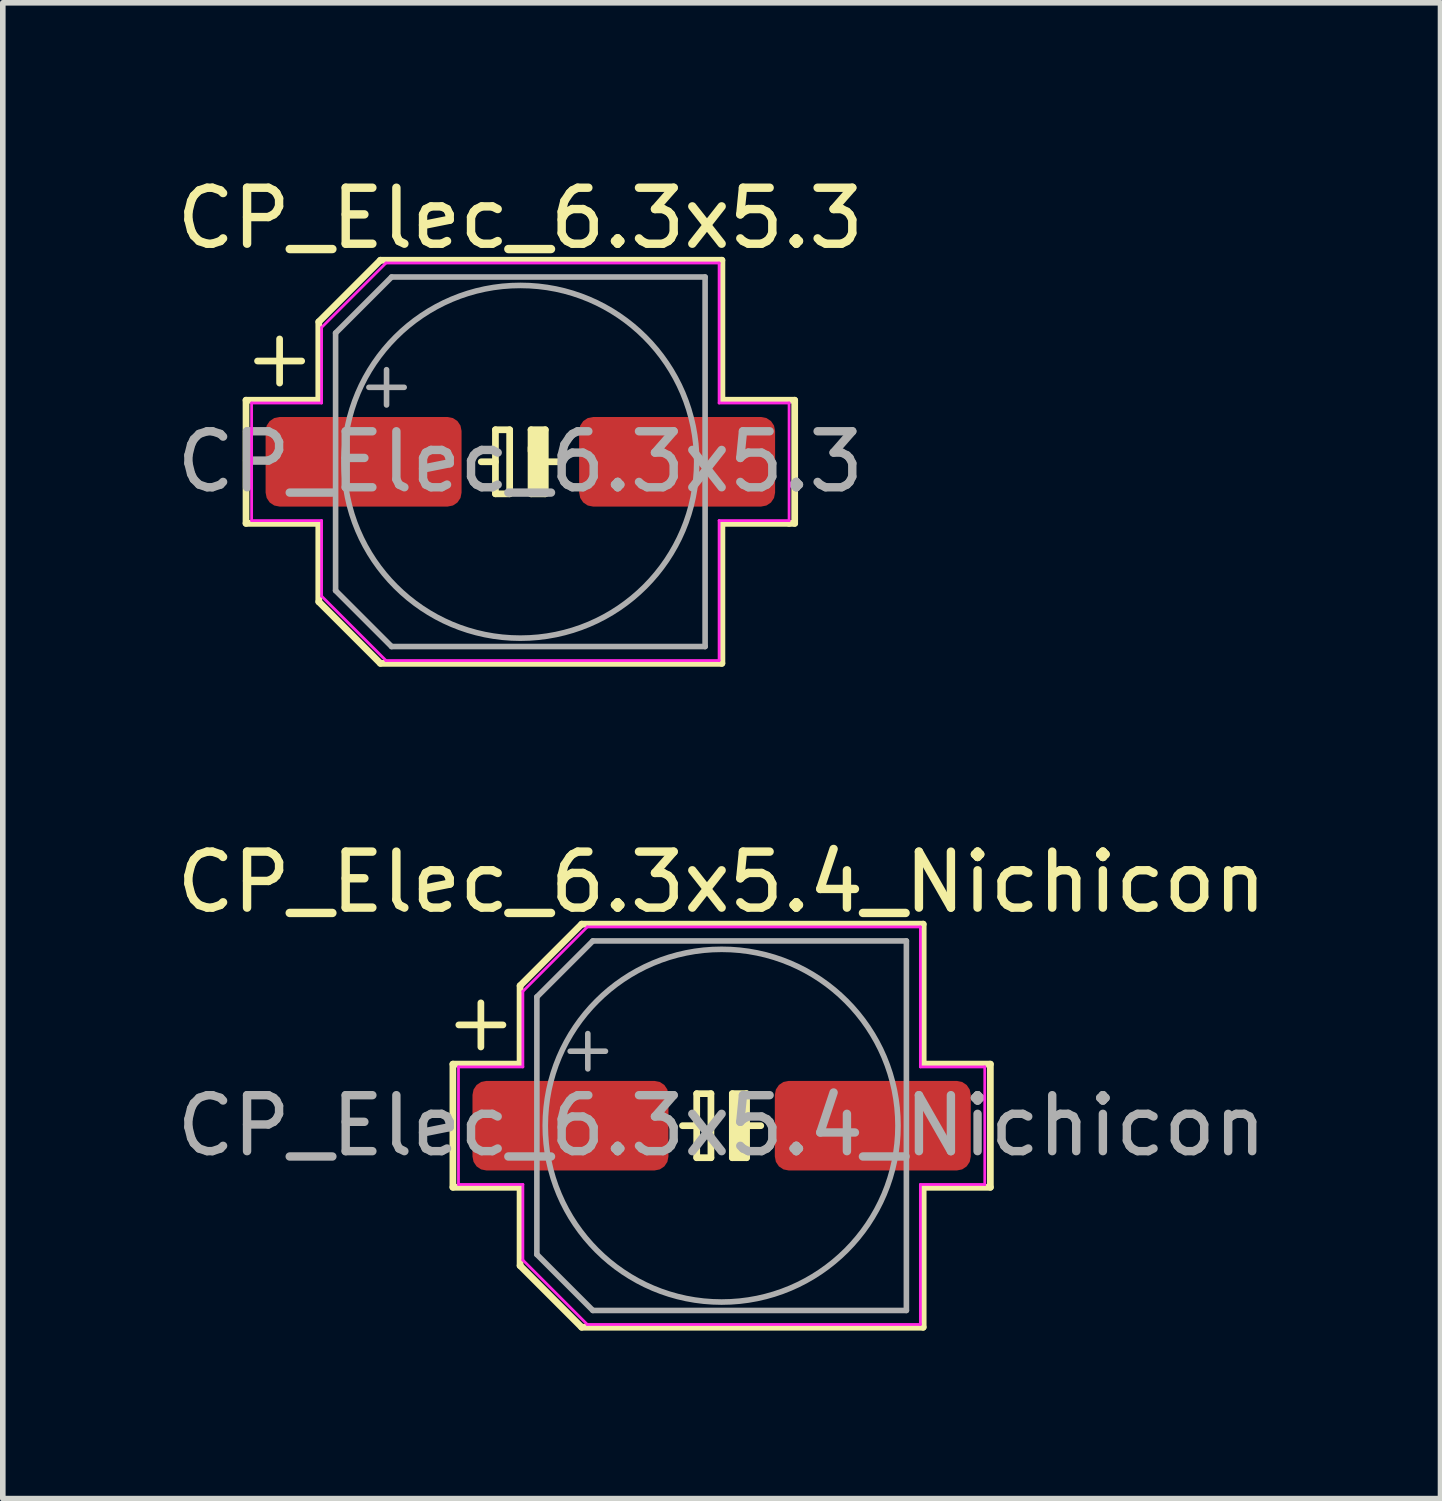
<source format=kicad_pcb>
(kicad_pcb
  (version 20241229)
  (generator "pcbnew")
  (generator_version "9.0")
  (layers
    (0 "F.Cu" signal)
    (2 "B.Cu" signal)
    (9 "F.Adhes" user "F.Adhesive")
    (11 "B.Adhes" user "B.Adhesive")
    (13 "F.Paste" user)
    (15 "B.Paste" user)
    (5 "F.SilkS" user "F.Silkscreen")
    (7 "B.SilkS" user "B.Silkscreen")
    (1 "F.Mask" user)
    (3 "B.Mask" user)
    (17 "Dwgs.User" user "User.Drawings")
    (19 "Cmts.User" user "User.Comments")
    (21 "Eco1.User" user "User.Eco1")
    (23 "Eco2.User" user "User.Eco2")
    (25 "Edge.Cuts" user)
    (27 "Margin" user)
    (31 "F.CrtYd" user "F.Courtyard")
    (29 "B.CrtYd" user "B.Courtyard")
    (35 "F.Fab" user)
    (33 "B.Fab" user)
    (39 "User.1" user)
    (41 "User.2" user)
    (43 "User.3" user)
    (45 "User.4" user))
  (footprint "CP_Elec_6.3x5.4_Nichicon"
    (layer "F.Cu")
    (at 9.839 17.056)
    (property "Reference" "CP_Elec_6.3x5.4_Nichicon" (at 0 -4.35 0) (layer "F.SilkS") (effects (font (size 1 1) (thickness 0.15))))
    (attr smd)
    (fp_line (start -4.8 -1.1) (end -4.8 1.1) (stroke (width 0.12) (type solid)) (layer "F.SilkS"))
    (fp_line (start -4.8 1.1) (end -3.6 1.1) (stroke (width 0.12) (type solid)) (layer "F.SilkS"))
    (fp_line (start -4.694 -1.8) (end -3.906 -1.8) (stroke (width 0.12) (type solid)) (layer "F.SilkS"))
    (fp_line (start -4.3 -2.194) (end -4.3 -1.406) (stroke (width 0.12) (type solid)) (layer "F.SilkS"))
    (fp_line (start -3.6 -2.5) (end -3.6 -1.1) (stroke (width 0.12) (type solid)) (layer "F.SilkS"))
    (fp_line (start -3.6 -1.1) (end -4.8 -1.1) (stroke (width 0.12) (type solid)) (layer "F.SilkS"))
    (fp_line (start -3.6 1.1) (end -3.6 2.5) (stroke (width 0.12) (type solid)) (layer "F.SilkS"))
    (fp_line (start -3.6 2.5) (end -2.5 3.6) (stroke (width 0.12) (type solid)) (layer "F.SilkS"))
    (fp_line (start -2.5 -3.6) (end -3.6 -2.5) (stroke (width 0.12) (type solid)) (layer "F.SilkS"))
    (fp_line (start -2.5 3.6) (end 3.6 3.6) (stroke (width 0.12) (type solid)) (layer "F.SilkS"))
    (fp_line (start -0.445 -0.572) (end -0.191 -0.572) (stroke (width 0.12) (type solid)) (layer "F.SilkS"))
    (fp_line (start -0.445 0) (end -0.699 0) (stroke (width 0.12) (type solid)) (layer "F.SilkS"))
    (fp_line (start -0.445 0.572) (end -0.445 -0.572) (stroke (width 0.12) (type solid)) (layer "F.SilkS"))
    (fp_line (start -0.191 -0.572) (end -0.191 0.572) (stroke (width 0.12) (type solid)) (layer "F.SilkS"))
    (fp_line (start -0.191 0.572) (end -0.445 0.572) (stroke (width 0.12) (type solid)) (layer "F.SilkS"))
    (fp_line (start 0.191 -0.572) (end 0.191 -0.191) (stroke (width 0.12) (type solid)) (layer "F.SilkS"))
    (fp_line (start 0.191 -0.572) (end 0.445 -0.572) (stroke (width 0.12) (type solid)) (layer "F.SilkS"))
    (fp_line (start 0.191 -0.254) (end 0.191 0.572) (stroke (width 0.12) (type solid)) (layer "F.SilkS"))
    (fp_line (start 0.445 0) (end 0.699 0) (stroke (width 0.12) (type solid)) (layer "F.SilkS"))
    (fp_line (start 0.445 0.572) (end 0.191 0.572) (stroke (width 0.12) (type solid)) (layer "F.SilkS"))
    (fp_line (start 0.445 0.572) (end 0.445 -0.572) (stroke (width 0.12) (type solid)) (layer "F.SilkS"))
    (fp_line (start 3.6 -3.6) (end -2.5 -3.6) (stroke (width 0.12) (type solid)) (layer "F.SilkS"))
    (fp_line (start 3.6 -1.1) (end 3.6 -3.6) (stroke (width 0.12) (type solid)) (layer "F.SilkS"))
    (fp_line (start 3.6 1.1) (end 4.8 1.1) (stroke (width 0.12) (type solid)) (layer "F.SilkS"))
    (fp_line (start 3.6 3.6) (end 3.6 1.1) (stroke (width 0.12) (type solid)) (layer "F.SilkS"))
    (fp_line (start 4.8 -1.1) (end 3.6 -1.1) (stroke (width 0.12) (type solid)) (layer "F.SilkS"))
    (fp_line (start 4.8 1.1) (end 4.8 -1.1) (stroke (width 0.12) (type solid)) (layer "F.SilkS"))
    (fp_poly (pts (xy 0.445 0.572) (xy 0.191 0.572) (xy 0.191 -0.572) (xy 0.445 -0.572)) (stroke (width 0.1) (type solid)) (fill yes) (layer "F.SilkS"))
    (fp_line (start -4.7 -1.05) (end -4.7 1.05) (stroke (width 0.05) (type solid)) (layer "F.CrtYd"))
    (fp_line (start -4.7 1.05) (end -3.55 1.05) (stroke (width 0.05) (type solid)) (layer "F.CrtYd"))
    (fp_line (start -3.55 -2.4) (end -3.55 -1.05) (stroke (width 0.05) (type solid)) (layer "F.CrtYd"))
    (fp_line (start -3.55 -2.4) (end -2.4 -3.55) (stroke (width 0.05) (type solid)) (layer "F.CrtYd"))
    (fp_line (start -3.55 -1.05) (end -4.7 -1.05) (stroke (width 0.05) (type solid)) (layer "F.CrtYd"))
    (fp_line (start -3.55 1.05) (end -3.55 2.4) (stroke (width 0.05) (type solid)) (layer "F.CrtYd"))
    (fp_line (start -3.55 2.4) (end -2.4 3.55) (stroke (width 0.05) (type solid)) (layer "F.CrtYd"))
    (fp_line (start -2.4 -3.55) (end 3.55 -3.55) (stroke (width 0.05) (type solid)) (layer "F.CrtYd"))
    (fp_line (start -2.4 3.55) (end 3.55 3.55) (stroke (width 0.05) (type solid)) (layer "F.CrtYd"))
    (fp_line (start 3.55 -3.55) (end 3.55 -1.05) (stroke (width 0.05) (type solid)) (layer "F.CrtYd"))
    (fp_line (start 3.55 -1.05) (end 4.7 -1.05) (stroke (width 0.05) (type solid)) (layer "F.CrtYd"))
    (fp_line (start 3.55 1.05) (end 3.55 3.55) (stroke (width 0.05) (type solid)) (layer "F.CrtYd"))
    (fp_line (start 4.7 -1.05) (end 4.7 1.05) (stroke (width 0.05) (type solid)) (layer "F.CrtYd"))
    (fp_line (start 4.7 1.05) (end 3.55 1.05) (stroke (width 0.05) (type solid)) (layer "F.CrtYd"))
    (fp_line (start -3.3 -2.3) (end -3.3 2.3) (stroke (width 0.1) (type solid)) (layer "F.Fab"))
    (fp_line (start -3.3 -2.3) (end -2.3 -3.3) (stroke (width 0.1) (type solid)) (layer "F.Fab"))
    (fp_line (start -3.3 2.3) (end -2.3 3.3) (stroke (width 0.1) (type solid)) (layer "F.Fab"))
    (fp_line (start -2.705 -1.33) (end -2.075 -1.33) (stroke (width 0.1) (type solid)) (layer "F.Fab"))
    (fp_line (start -2.39 -1.645) (end -2.39 -1.015) (stroke (width 0.1) (type solid)) (layer "F.Fab"))
    (fp_line (start -2.3 -3.3) (end 3.3 -3.3) (stroke (width 0.1) (type solid)) (layer "F.Fab"))
    (fp_line (start -2.3 3.3) (end 3.3 3.3) (stroke (width 0.1) (type solid)) (layer "F.Fab"))
    (fp_line (start 3.3 -3.3) (end 3.3 3.3) (stroke (width 0.1) (type solid)) (layer "F.Fab"))
    (fp_circle (center 0 0) (end 3.15 0) (stroke (width 0.1) (type solid)) (fill no) (layer "F.Fab"))
    (fp_text user "${REFERENCE}" (at 0 0 0) (layer "F.Fab") (effects (font (size 1 1) (thickness 0.15))))
    (pad "1" smd roundrect (at -2.7 0) (size 3.5 1.6) (layers "F.Cu" "F.Mask" "F.Paste") (roundrect_rratio 0.156))
    (pad "2" smd roundrect (at 2.7 0) (size 3.5 1.6) (layers "F.Cu" "F.Mask" "F.Paste") (roundrect_rratio 0.156)))
  (footprint "CP_Elec_6.3x5.3"
    (layer "F.Cu")
    (at 6.244 5.198)
    (property "Reference" "CP_Elec_6.3x5.3" (at 0 -4.35 0) (layer "F.SilkS") (effects (font (size 1 1) (thickness 0.15))))
    (attr smd)
    (fp_line (start -4.9 -1.1) (end -4.9 1.1) (stroke (width 0.12) (type solid)) (layer "F.SilkS"))
    (fp_line (start -4.9 1.1) (end -3.6 1.1) (stroke (width 0.12) (type solid)) (layer "F.SilkS"))
    (fp_line (start -4.694 -1.8) (end -3.906 -1.8) (stroke (width 0.12) (type solid)) (layer "F.SilkS"))
    (fp_line (start -4.3 -2.194) (end -4.3 -1.406) (stroke (width 0.12) (type solid)) (layer "F.SilkS"))
    (fp_line (start -3.6 -2.5) (end -3.6 -1.1) (stroke (width 0.12) (type solid)) (layer "F.SilkS"))
    (fp_line (start -3.6 -1.1) (end -4.9 -1.1) (stroke (width 0.12) (type solid)) (layer "F.SilkS"))
    (fp_line (start -3.6 1.1) (end -3.6 2.5) (stroke (width 0.12) (type solid)) (layer "F.SilkS"))
    (fp_line (start -3.6 2.5) (end -2.5 3.6) (stroke (width 0.12) (type solid)) (layer "F.SilkS"))
    (fp_line (start -2.5 -3.6) (end -3.6 -2.5) (stroke (width 0.12) (type solid)) (layer "F.SilkS"))
    (fp_line (start -2.5 3.6) (end 3.6 3.6) (stroke (width 0.12) (type solid)) (layer "F.SilkS"))
    (fp_line (start -0.445 -0.572) (end -0.191 -0.572) (stroke (width 0.12) (type solid)) (layer "F.SilkS"))
    (fp_line (start -0.445 0) (end -0.699 0) (stroke (width 0.12) (type solid)) (layer "F.SilkS"))
    (fp_line (start -0.445 0.572) (end -0.445 -0.572) (stroke (width 0.12) (type solid)) (layer "F.SilkS"))
    (fp_line (start -0.191 -0.572) (end -0.191 0.572) (stroke (width 0.12) (type solid)) (layer "F.SilkS"))
    (fp_line (start -0.191 0.572) (end -0.445 0.572) (stroke (width 0.12) (type solid)) (layer "F.SilkS"))
    (fp_line (start 0.191 -0.572) (end 0.191 -0.191) (stroke (width 0.12) (type solid)) (layer "F.SilkS"))
    (fp_line (start 0.191 -0.572) (end 0.445 -0.572) (stroke (width 0.12) (type solid)) (layer "F.SilkS"))
    (fp_line (start 0.191 -0.254) (end 0.191 0.572) (stroke (width 0.12) (type solid)) (layer "F.SilkS"))
    (fp_line (start 0.445 0) (end 0.699 0) (stroke (width 0.12) (type solid)) (layer "F.SilkS"))
    (fp_line (start 0.445 0.572) (end 0.191 0.572) (stroke (width 0.12) (type solid)) (layer "F.SilkS"))
    (fp_line (start 0.445 0.572) (end 0.445 -0.572) (stroke (width 0.12) (type solid)) (layer "F.SilkS"))
    (fp_line (start 3.6 -3.6) (end -2.5 -3.6) (stroke (width 0.12) (type solid)) (layer "F.SilkS"))
    (fp_line (start 3.6 -1.1) (end 3.6 -3.6) (stroke (width 0.12) (type solid)) (layer "F.SilkS"))
    (fp_line (start 3.6 1.1) (end 4.8 1.1) (stroke (width 0.12) (type solid)) (layer "F.SilkS"))
    (fp_line (start 3.6 3.6) (end 3.6 1.1) (stroke (width 0.12) (type solid)) (layer "F.SilkS"))
    (fp_line (start 4.8 1.1) (end 4.9 1.1) (stroke (width 0.12) (type solid)) (layer "F.SilkS"))
    (fp_line (start 4.9 -1.1) (end 3.6 -1.1) (stroke (width 0.12) (type solid)) (layer "F.SilkS"))
    (fp_line (start 4.9 1.1) (end 4.9 -1.1) (stroke (width 0.12) (type solid)) (layer "F.SilkS"))
    (fp_poly (pts (xy 0.445 0.572) (xy 0.191 0.572) (xy 0.191 -0.572) (xy 0.445 -0.572)) (stroke (width 0.1) (type solid)) (fill yes) (layer "F.SilkS"))
    (fp_line (start -4.8 -1.05) (end -4.8 1.05) (stroke (width 0.05) (type solid)) (layer "F.CrtYd"))
    (fp_line (start -4.8 1.05) (end -3.55 1.05) (stroke (width 0.05) (type solid)) (layer "F.CrtYd"))
    (fp_line (start -3.55 -2.4) (end -3.55 -1.05) (stroke (width 0.05) (type solid)) (layer "F.CrtYd"))
    (fp_line (start -3.55 -2.4) (end -2.4 -3.55) (stroke (width 0.05) (type solid)) (layer "F.CrtYd"))
    (fp_line (start -3.55 -1.05) (end -4.8 -1.05) (stroke (width 0.05) (type solid)) (layer "F.CrtYd"))
    (fp_line (start -3.55 1.05) (end -3.55 2.4) (stroke (width 0.05) (type solid)) (layer "F.CrtYd"))
    (fp_line (start -3.55 2.4) (end -2.4 3.55) (stroke (width 0.05) (type solid)) (layer "F.CrtYd"))
    (fp_line (start -2.4 -3.55) (end 3.55 -3.55) (stroke (width 0.05) (type solid)) (layer "F.CrtYd"))
    (fp_line (start -2.4 3.55) (end 3.55 3.55) (stroke (width 0.05) (type solid)) (layer "F.CrtYd"))
    (fp_line (start 3.55 -3.55) (end 3.55 -1.05) (stroke (width 0.05) (type solid)) (layer "F.CrtYd"))
    (fp_line (start 3.55 -1.05) (end 4.8 -1.05) (stroke (width 0.05) (type solid)) (layer "F.CrtYd"))
    (fp_line (start 3.55 1.05) (end 3.55 3.55) (stroke (width 0.05) (type solid)) (layer "F.CrtYd"))
    (fp_line (start 4.8 -1.05) (end 4.8 1.05) (stroke (width 0.05) (type solid)) (layer "F.CrtYd"))
    (fp_line (start 4.8 1.05) (end 3.55 1.05) (stroke (width 0.05) (type solid)) (layer "F.CrtYd"))
    (fp_line (start -3.3 -2.3) (end -3.3 2.3) (stroke (width 0.1) (type solid)) (layer "F.Fab"))
    (fp_line (start -3.3 -2.3) (end -2.3 -3.3) (stroke (width 0.1) (type solid)) (layer "F.Fab"))
    (fp_line (start -3.3 2.3) (end -2.3 3.3) (stroke (width 0.1) (type solid)) (layer "F.Fab"))
    (fp_line (start -2.705 -1.33) (end -2.075 -1.33) (stroke (width 0.1) (type solid)) (layer "F.Fab"))
    (fp_line (start -2.39 -1.645) (end -2.39 -1.015) (stroke (width 0.1) (type solid)) (layer "F.Fab"))
    (fp_line (start -2.3 -3.3) (end 3.3 -3.3) (stroke (width 0.1) (type solid)) (layer "F.Fab"))
    (fp_line (start -2.3 3.3) (end 3.3 3.3) (stroke (width 0.1) (type solid)) (layer "F.Fab"))
    (fp_line (start 3.3 -3.3) (end 3.3 3.3) (stroke (width 0.1) (type solid)) (layer "F.Fab"))
    (fp_circle (center 0 0) (end 3.15 0) (stroke (width 0.1) (type solid)) (fill no) (layer "F.Fab"))
    (fp_text user "${REFERENCE}" (at 0 0 0) (layer "F.Fab") (effects (font (size 1 1) (thickness 0.15))))
    (pad "1" smd roundrect (at -2.8 0) (size 3.5 1.6) (layers "F.Cu" "F.Mask" "F.Paste") (roundrect_rratio 0.156))
    (pad "2" smd roundrect (at 2.8 0) (size 3.5 1.6) (layers "F.Cu" "F.Mask" "F.Paste") (roundrect_rratio 0.156)))
  (gr_rect
    (start -3 -3)
    (end 22.679 23.716)
    (stroke (width 0.1) (type default))
    (fill no)
    (layer "Edge.Cuts")))
</source>
